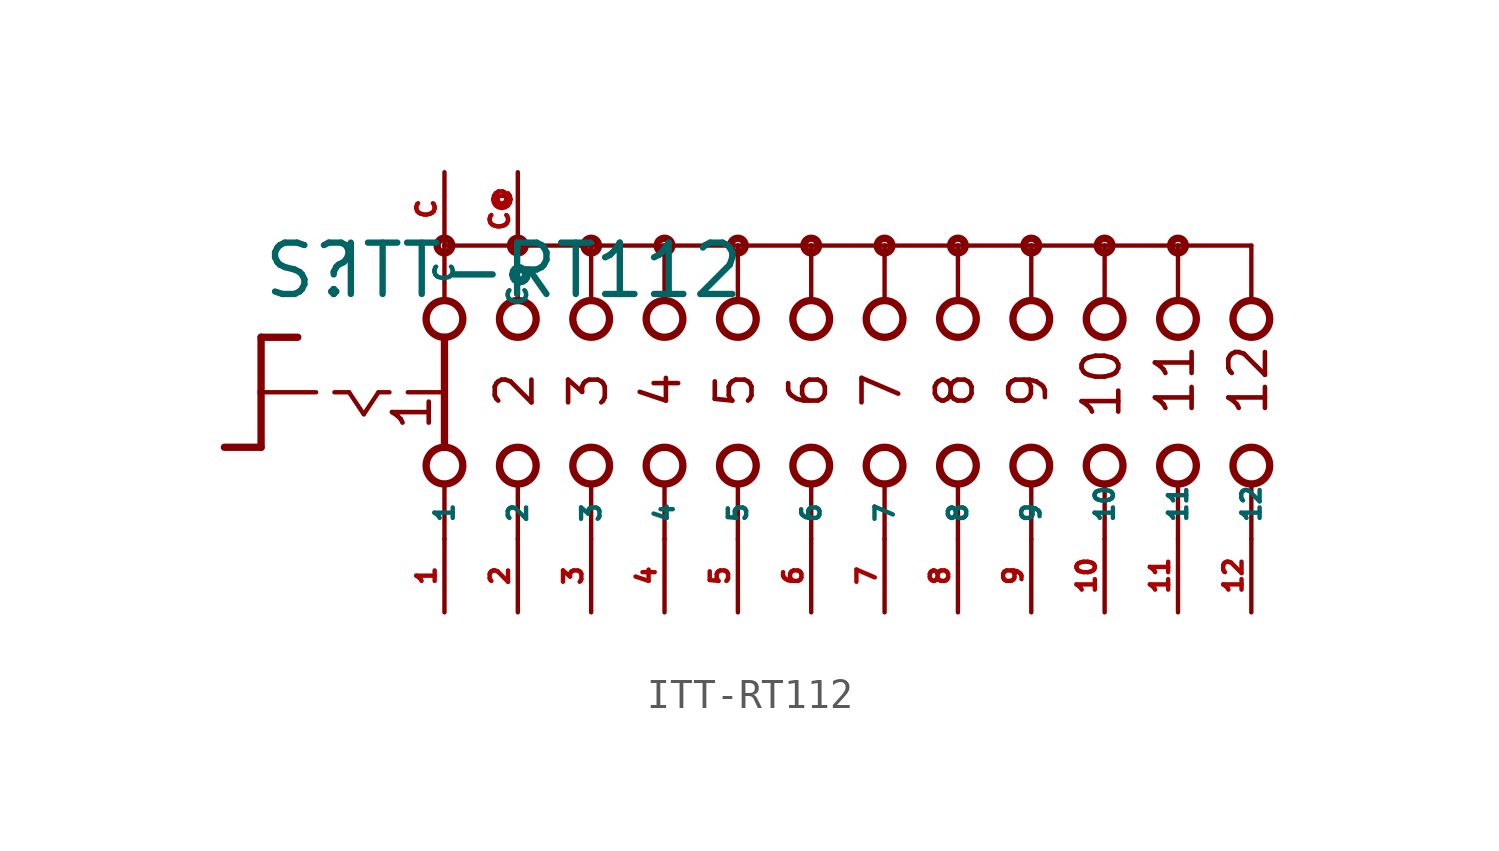
<source format=kicad_sym>
(kicad_symbol_lib
  (version 20220914)
  (generator Eagle2Kicad)
  (symbol "ITT-RT112"
    (property "Reference" "S"
      (at -19.05 3.175 0)
      (effects (font (size 1.778 1.778) (thickness 0.22)) (justify left bottom)))
    (property "Value" "ITT-RT112"
      (at -16.51 3.175 0)
      (effects (font (size 1.778 1.778) (thickness 0.22)) (justify left bottom)))
    (polyline
      (pts (xy -19.05 1.905) (xy -17.78 1.905))
      (stroke (width 0.254) (type default))
      (fill (type none)))
    (polyline
      (pts (xy -19.05 1.905) (xy -19.05 0))
      (stroke (width 0.254) (type default))
      (fill (type none)))
    (polyline
      (pts (xy -19.05 -1.905) (xy -20.32 -1.905))
      (stroke (width 0.254) (type default))
      (fill (type none)))
    (polyline
      (pts (xy -19.05 0) (xy -17.145 0))
      (stroke (width 0.152) (type default))
      (fill (type none)))
    (polyline
      (pts (xy -19.05 0) (xy -19.05 -1.905))
      (stroke (width 0.254) (type default))
      (fill (type none)))
    (polyline
      (pts (xy -16.51 0) (xy -16.002 0))
      (stroke (width 0.152) (type default))
      (fill (type none)))
    (polyline
      (pts (xy -14.986 0) (xy -14.605 0))
      (stroke (width 0.152) (type default))
      (fill (type none)))
    (polyline
      (pts (xy -13.97 0) (xy -12.827 0))
      (stroke (width 0.152) (type default))
      (fill (type none)))
    (polyline
      (pts (xy -16.002 0) (xy -15.494 -0.762))
      (stroke (width 0.152) (type default))
      (fill (type none)))
    (polyline
      (pts (xy -15.494 -0.762) (xy -14.986 0))
      (stroke (width 0.152) (type default))
      (fill (type none)))
    (polyline
      (pts (xy -10.16 3.175) (xy -10.16 5.08))
      (stroke (width 0.152) (type default))
      (fill (type none)))
    (polyline
      (pts (xy -7.62 3.175) (xy -7.62 5.08))
      (stroke (width 0.152) (type default))
      (fill (type none)))
    (polyline
      (pts (xy -5.08 3.175) (xy -5.08 5.08))
      (stroke (width 0.152) (type default))
      (fill (type none)))
    (polyline
      (pts (xy -10.16 -5.08) (xy -10.16 -3.175))
      (stroke (width 0.152) (type default))
      (fill (type none)))
    (polyline
      (pts (xy -7.62 -5.08) (xy -7.62 -3.175))
      (stroke (width 0.152) (type default))
      (fill (type none)))
    (polyline
      (pts (xy -5.08 -5.08) (xy -5.08 -3.175))
      (stroke (width 0.152) (type default))
      (fill (type none)))
    (polyline
      (pts (xy -7.62 5.08) (xy -10.16 5.08))
      (stroke (width 0.152) (type default))
      (fill (type none)))
    (polyline
      (pts (xy -7.62 5.08) (xy -5.08 5.08))
      (stroke (width 0.152) (type default))
      (fill (type none)))
    (polyline
      (pts (xy -2.54 -5.08) (xy -2.54 -3.175))
      (stroke (width 0.152) (type default))
      (fill (type none)))
    (polyline
      (pts (xy 0 -5.08) (xy 0 -3.175))
      (stroke (width 0.152) (type default))
      (fill (type none)))
    (polyline
      (pts (xy -2.54 3.175) (xy -2.54 5.08))
      (stroke (width 0.152) (type default))
      (fill (type none)))
    (polyline
      (pts (xy 0 3.175) (xy 0 5.08))
      (stroke (width 0.152) (type default))
      (fill (type none)))
    (polyline
      (pts (xy -5.08 5.08) (xy -2.54 5.08))
      (stroke (width 0.152) (type default))
      (fill (type none)))
    (polyline
      (pts (xy -2.54 5.08) (xy 0 5.08))
      (stroke (width 0.152) (type default))
      (fill (type none)))
    (polyline
      (pts (xy -12.7 5.08) (xy -12.7 3.175))
      (stroke (width 0.152) (type default))
      (fill (type none)))
    (polyline
      (pts (xy -12.7 1.905) (xy -12.7 -1.905))
      (stroke (width 0.254) (type default))
      (fill (type none)))
    (polyline
      (pts (xy -12.7 -3.175) (xy -12.7 -5.08))
      (stroke (width 0.152) (type default))
      (fill (type none)))
    (polyline
      (pts (xy -10.16 5.08) (xy -12.7 5.08))
      (stroke (width 0.152) (type default))
      (fill (type none)))
    (polyline
      (pts (xy 0 5.08) (xy 2.54 5.08))
      (stroke (width 0.152) (type default))
      (fill (type none)))
    (polyline
      (pts (xy 2.54 3.175) (xy 2.54 5.08))
      (stroke (width 0.152) (type default))
      (fill (type none)))
    (polyline
      (pts (xy 2.54 -5.08) (xy 2.54 -3.175))
      (stroke (width 0.152) (type default))
      (fill (type none)))
    (polyline
      (pts (xy 5.08 3.175) (xy 5.08 5.08))
      (stroke (width 0.152) (type default))
      (fill (type none)))
    (polyline
      (pts (xy 7.62 3.175) (xy 7.62 5.08))
      (stroke (width 0.152) (type default))
      (fill (type none)))
    (polyline
      (pts (xy 10.16 3.175) (xy 10.16 5.08))
      (stroke (width 0.152) (type default))
      (fill (type none)))
    (polyline
      (pts (xy 12.7 3.175) (xy 12.7 5.08))
      (stroke (width 0.152) (type default))
      (fill (type none)))
    (polyline
      (pts (xy 15.24 3.175) (xy 15.24 5.08))
      (stroke (width 0.152) (type default))
      (fill (type none)))
    (polyline
      (pts (xy 2.54 5.08) (xy 5.08 5.08))
      (stroke (width 0.152) (type default))
      (fill (type none)))
    (polyline
      (pts (xy 5.08 5.08) (xy 7.62 5.08))
      (stroke (width 0.152) (type default))
      (fill (type none)))
    (polyline
      (pts (xy 7.62 5.08) (xy 10.16 5.08))
      (stroke (width 0.152) (type default))
      (fill (type none)))
    (polyline
      (pts (xy 10.16 5.08) (xy 12.7 5.08))
      (stroke (width 0.152) (type default))
      (fill (type none)))
    (polyline
      (pts (xy 12.7 5.08) (xy 15.24 5.08))
      (stroke (width 0.152) (type default))
      (fill (type none)))
    (polyline
      (pts (xy 5.08 -5.08) (xy 5.08 -3.175))
      (stroke (width 0.152) (type default))
      (fill (type none)))
    (polyline
      (pts (xy 7.62 -5.08) (xy 7.62 -3.175))
      (stroke (width 0.152) (type default))
      (fill (type none)))
    (polyline
      (pts (xy 10.16 -5.08) (xy 10.16 -3.175))
      (stroke (width 0.152) (type default))
      (fill (type none)))
    (polyline
      (pts (xy 12.7 -5.08) (xy 12.7 -3.175))
      (stroke (width 0.152) (type default))
      (fill (type none)))
    (polyline
      (pts (xy 15.24 -5.08) (xy 15.24 -3.175))
      (stroke (width 0.152) (type default))
      (fill (type none)))
    (text "1"
      (at -13.081 -1.397 900)
      (effects (font (size 1.27 1.27) (thickness 0.16)) (justify left bottom)))
    (text "2"
      (at -9.525 -0.635 900)
      (effects (font (size 1.27 1.27) (thickness 0.16)) (justify left bottom)))
    (text "3"
      (at -6.985 -0.635 900)
      (effects (font (size 1.27 1.27) (thickness 0.16)) (justify left bottom)))
    (text "4"
      (at -4.445 -0.635 900)
      (effects (font (size 1.27 1.27) (thickness 0.16)) (justify left bottom)))
    (text "5"
      (at -1.905 -0.635 900)
      (effects (font (size 1.27 1.27) (thickness 0.16)) (justify left bottom)))
    (text "6"
      (at 0.635 -0.635 900)
      (effects (font (size 1.27 1.27) (thickness 0.16)) (justify left bottom)))
    (text "7"
      (at 3.175 -0.635 900)
      (effects (font (size 1.27 1.27) (thickness 0.16)) (justify left bottom)))
    (text "8"
      (at 5.715 -0.635 900)
      (effects (font (size 1.27 1.27) (thickness 0.16)) (justify left bottom)))
    (text "9"
      (at 8.255 -0.635 900)
      (effects (font (size 1.27 1.27) (thickness 0.16)) (justify left bottom)))
    (text "10"
      (at 10.795 -1.016 900)
      (effects (font (size 1.27 1.27) (thickness 0.16)) (justify left bottom)))
    (text "11"
      (at 13.335 -0.889 900)
      (effects (font (size 1.27 1.27) (thickness 0.16)) (justify left bottom)))
    (text "12"
      (at 15.875 -0.889 900)
      (effects (font (size 1.27 1.27) (thickness 0.16)) (justify left bottom)))
    (circle
      (center -7.62 5.08)
      (radius 0.254)
      (stroke (width 0.254) (type default))
      (fill (type none)))
    (circle
      (center -5.08 5.08)
      (radius 0.254)
      (stroke (width 0.254) (type default))
      (fill (type none)))
    (circle
      (center 0 5.08)
      (radius 0.254)
      (stroke (width 0.254) (type default))
      (fill (type none)))
    (circle
      (center -12.7 5.08)
      (radius 0.254)
      (stroke (width 0.254) (type default))
      (fill (type none)))
    (circle
      (center -10.16 5.08)
      (radius 0.254)
      (stroke (width 0.254) (type default))
      (fill (type none)))
    (circle
      (center -12.7 2.54)
      (radius 0.635)
      (stroke (width 0.254) (type default))
      (fill (type none)))
    (circle
      (center -10.16 2.54)
      (radius 0.635)
      (stroke (width 0.254) (type default))
      (fill (type none)))
    (circle
      (center -7.62 2.54)
      (radius 0.635)
      (stroke (width 0.254) (type default))
      (fill (type none)))
    (circle
      (center -12.7 -2.54)
      (radius 0.635)
      (stroke (width 0.254) (type default))
      (fill (type none)))
    (circle
      (center -10.16 -2.54)
      (radius 0.635)
      (stroke (width 0.254) (type default))
      (fill (type none)))
    (circle
      (center -7.62 -2.54)
      (radius 0.635)
      (stroke (width 0.254) (type default))
      (fill (type none)))
    (circle
      (center -2.54 5.08)
      (radius 0.254)
      (stroke (width 0.254) (type default))
      (fill (type none)))
    (circle
      (center -5.08 2.54)
      (radius 0.635)
      (stroke (width 0.254) (type default))
      (fill (type none)))
    (circle
      (center -2.54 2.54)
      (radius 0.635)
      (stroke (width 0.254) (type default))
      (fill (type none)))
    (circle
      (center -5.08 -2.54)
      (radius 0.635)
      (stroke (width 0.254) (type default))
      (fill (type none)))
    (circle
      (center -2.54 -2.54)
      (radius 0.635)
      (stroke (width 0.254) (type default))
      (fill (type none)))
    (circle
      (center 0 2.54)
      (radius 0.635)
      (stroke (width 0.254) (type default))
      (fill (type none)))
    (circle
      (center 0 -2.54)
      (radius 0.635)
      (stroke (width 0.254) (type default))
      (fill (type none)))
    (circle
      (center 2.54 5.08)
      (radius 0.254)
      (stroke (width 0.254) (type default))
      (fill (type none)))
    (circle
      (center 2.54 2.54)
      (radius 0.635)
      (stroke (width 0.254) (type default))
      (fill (type none)))
    (circle
      (center 2.54 -2.54)
      (radius 0.635)
      (stroke (width 0.254) (type default))
      (fill (type none)))
    (circle
      (center 5.08 2.54)
      (radius 0.635)
      (stroke (width 0.254) (type default))
      (fill (type none)))
    (circle
      (center 7.62 2.54)
      (radius 0.635)
      (stroke (width 0.254) (type default))
      (fill (type none)))
    (circle
      (center 10.16 2.54)
      (radius 0.635)
      (stroke (width 0.254) (type default))
      (fill (type none)))
    (circle
      (center 12.7 2.54)
      (radius 0.635)
      (stroke (width 0.254) (type default))
      (fill (type none)))
    (circle
      (center 15.24 2.54)
      (radius 0.635)
      (stroke (width 0.254) (type default))
      (fill (type none)))
    (circle
      (center 5.08 5.08)
      (radius 0.254)
      (stroke (width 0.254) (type default))
      (fill (type none)))
    (circle
      (center 7.62 5.08)
      (radius 0.254)
      (stroke (width 0.254) (type default))
      (fill (type none)))
    (circle
      (center 10.16 5.08)
      (radius 0.254)
      (stroke (width 0.254) (type default))
      (fill (type none)))
    (circle
      (center 12.7 5.08)
      (radius 0.254)
      (stroke (width 0.254) (type default))
      (fill (type none)))
    (circle
      (center 5.08 -2.54)
      (radius 0.635)
      (stroke (width 0.254) (type default))
      (fill (type none)))
    (circle
      (center 7.62 -2.54)
      (radius 0.635)
      (stroke (width 0.254) (type default))
      (fill (type none)))
    (circle
      (center 10.16 -2.54)
      (radius 0.635)
      (stroke (width 0.254) (type default))
      (fill (type none)))
    (circle
      (center 12.7 -2.54)
      (radius 0.635)
      (stroke (width 0.254) (type default))
      (fill (type none)))
    (circle
      (center 15.24 -2.54)
      (radius 0.635)
      (stroke (width 0.254) (type default))
      (fill (type none)))
    (pin passive line
      (at -12.7 -7.62 90)
      (length 2.54)
      (name "1" (effects (font (size 0.635 0.635) (thickness 0.08)) (justify left bottom)))
      (number "1" (effects (font (size 0.635 0.635) (thickness 0.08)) (justify left bottom))))
    (pin passive line
      (at -12.7 7.62 270)
      (length 2.54)
      (name "C" (effects (font (size 0.635 0.635) (thickness 0.08)) (justify left bottom)))
      (number "C" (effects (font (size 0.635 0.635) (thickness 0.08)) (justify left bottom))))
    (pin passive line
      (at -10.16 -7.62 90)
      (length 2.54)
      (name "2" (effects (font (size 0.635 0.635) (thickness 0.08)) (justify left bottom)))
      (number "2" (effects (font (size 0.635 0.635) (thickness 0.08)) (justify left bottom))))
    (pin passive line
      (at -7.62 -7.62 90)
      (length 2.54)
      (name "3" (effects (font (size 0.635 0.635) (thickness 0.08)) (justify left bottom)))
      (number "3" (effects (font (size 0.635 0.635) (thickness 0.08)) (justify left bottom))))
    (pin passive line
      (at -5.08 -7.62 90)
      (length 2.54)
      (name "4" (effects (font (size 0.635 0.635) (thickness 0.08)) (justify left bottom)))
      (number "4" (effects (font (size 0.635 0.635) (thickness 0.08)) (justify left bottom))))
    (pin passive line
      (at -2.54 -7.62 90)
      (length 2.54)
      (name "5" (effects (font (size 0.635 0.635) (thickness 0.08)) (justify left bottom)))
      (number "5" (effects (font (size 0.635 0.635) (thickness 0.08)) (justify left bottom))))
    (pin passive line
      (at 0 -7.62 90)
      (length 2.54)
      (name "6" (effects (font (size 0.635 0.635) (thickness 0.08)) (justify left bottom)))
      (number "6" (effects (font (size 0.635 0.635) (thickness 0.08)) (justify left bottom))))
    (pin passive line
      (at 2.54 -7.62 90)
      (length 2.54)
      (name "7" (effects (font (size 0.635 0.635) (thickness 0.08)) (justify left bottom)))
      (number "7" (effects (font (size 0.635 0.635) (thickness 0.08)) (justify left bottom))))
    (pin passive line
      (at 5.08 -7.62 90)
      (length 2.54)
      (name "8" (effects (font (size 0.635 0.635) (thickness 0.08)) (justify left bottom)))
      (number "8" (effects (font (size 0.635 0.635) (thickness 0.08)) (justify left bottom))))
    (pin passive line
      (at 7.62 -7.62 90)
      (length 2.54)
      (name "9" (effects (font (size 0.635 0.635) (thickness 0.08)) (justify left bottom)))
      (number "9" (effects (font (size 0.635 0.635) (thickness 0.08)) (justify left bottom))))
    (pin passive line
      (at 10.16 -7.62 90)
      (length 2.54)
      (name "10" (effects (font (size 0.635 0.635) (thickness 0.08)) (justify left bottom)))
      (number "10" (effects (font (size 0.635 0.635) (thickness 0.08)) (justify left bottom))))
    (pin passive line
      (at 12.7 -7.62 90)
      (length 2.54)
      (name "11" (effects (font (size 0.635 0.635) (thickness 0.08)) (justify left bottom)))
      (number "11" (effects (font (size 0.635 0.635) (thickness 0.08)) (justify left bottom))))
    (pin passive line
      (at 15.24 -7.62 90)
      (length 2.54)
      (name "12" (effects (font (size 0.635 0.635) (thickness 0.08)) (justify left bottom)))
      (number "12" (effects (font (size 0.635 0.635) (thickness 0.08)) (justify left bottom))))
    (pin passive line
      (at -10.16 7.62 270)
      (length 2.54)
      (name "C@" (effects (font (size 0.635 0.635) (thickness 0.08)) (justify left bottom)))
      (number "C@" (effects (font (size 0.635 0.635) (thickness 0.08)) (justify left bottom))))))
</source>
